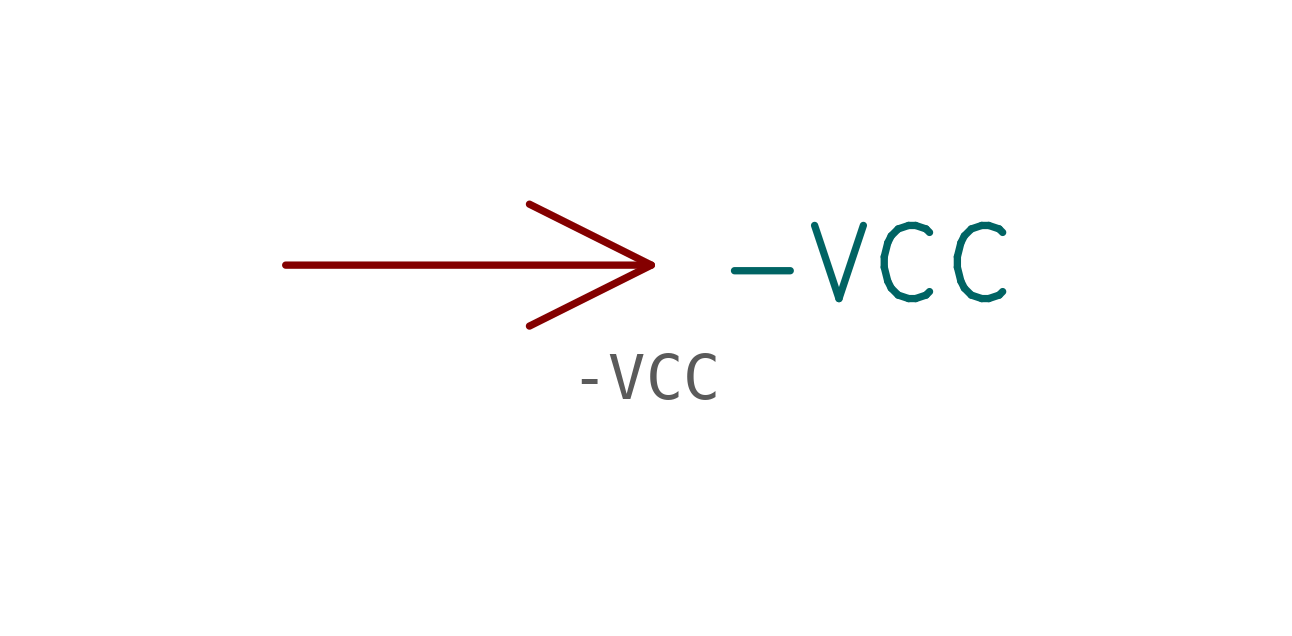
<source format=kicad_sym>
(kicad_symbol_lib
  (version 20220914)
  (generator kicad_symbol_editor)
  (symbol "-VCC"
    (power)
    (pin_numbers hide)
    (pin_names
      (offset 0))
    (property "Reference" ""
      (at 2.54 -1.27 0)
      (effects (font (size 1.524 1.524)) hide))
    (property "Value" "-VCC"
      (at 8.89 0 0)
      (do_not_autoplace)
      (effects (font (size 1.524 1.524)) (justify left)))
    (property "Footprint" ""
      (at 0 0 0)
      (effects (font (size 1.524 1.524))))
    (property "Datasheet" ""
      (at 0 0 0)
      (effects (font (size 1.524 1.524))))
    (symbol "-VCC_0_1"
      (polyline (pts (xy 0 0) (xy 7.62 0)) (stroke (width 0) (type solid)) (fill (type none)))
      (polyline (pts (xy 5.08 1.27) (xy 7.62 0) (xy 5.08 -1.27)) (stroke (width 0) (type solid)) (fill (type none))))
    (symbol "-VCC_1_1"
      (pin power_in line (at 0 0 0) (length 5.08) hide (name "-VCC" (effects (font (size 1.27 1.27)))) (number "~" (effects (font (size 1.27 1.27))))))))
</source>
